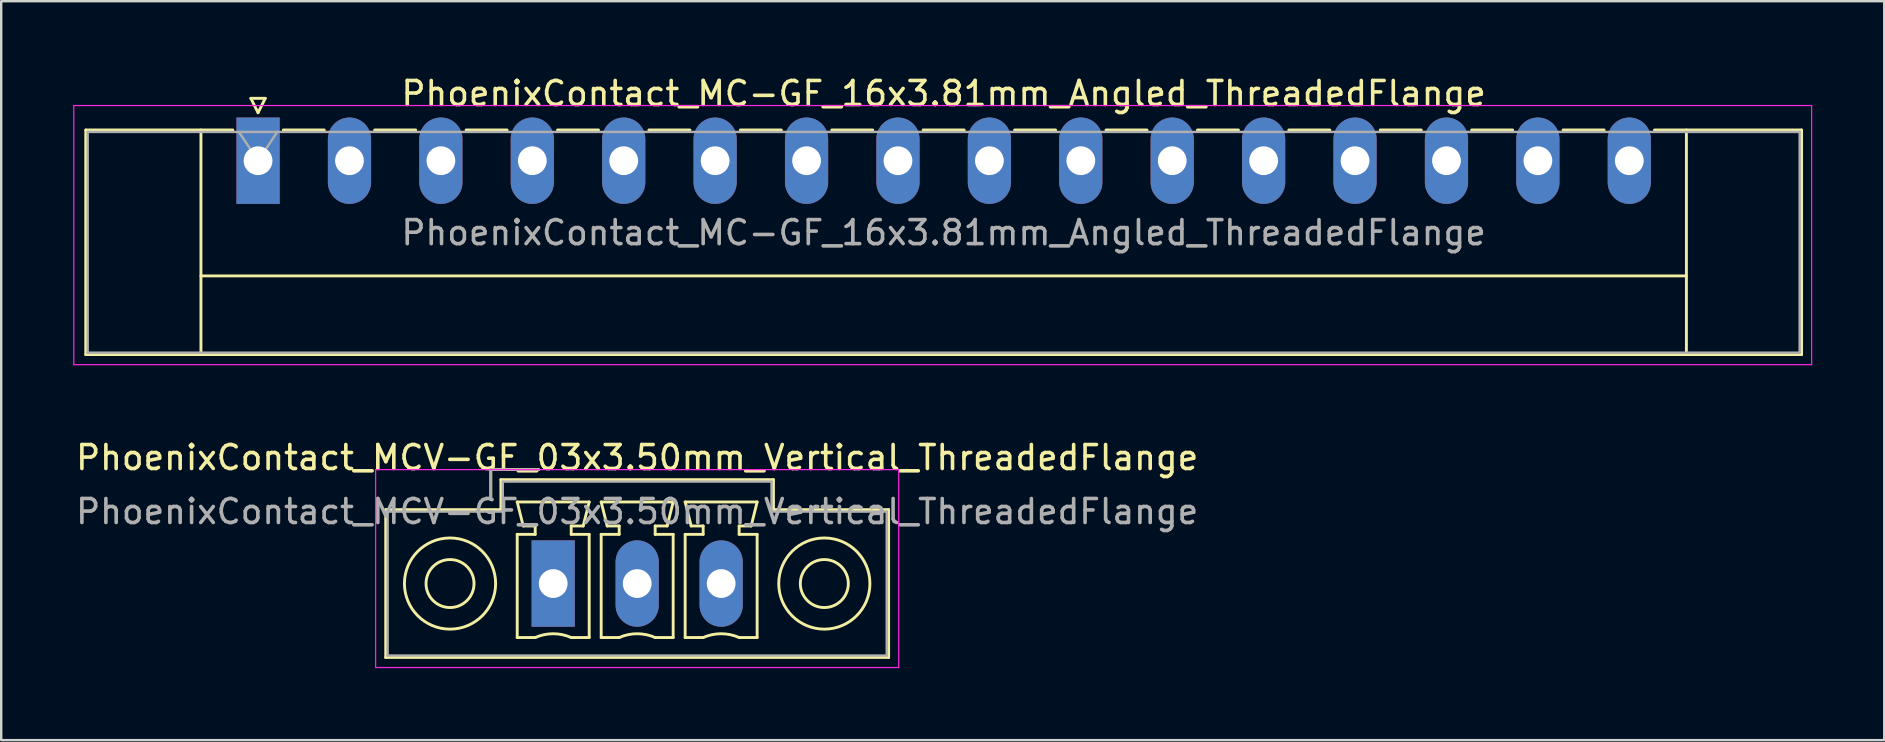
<source format=kicad_pcb>
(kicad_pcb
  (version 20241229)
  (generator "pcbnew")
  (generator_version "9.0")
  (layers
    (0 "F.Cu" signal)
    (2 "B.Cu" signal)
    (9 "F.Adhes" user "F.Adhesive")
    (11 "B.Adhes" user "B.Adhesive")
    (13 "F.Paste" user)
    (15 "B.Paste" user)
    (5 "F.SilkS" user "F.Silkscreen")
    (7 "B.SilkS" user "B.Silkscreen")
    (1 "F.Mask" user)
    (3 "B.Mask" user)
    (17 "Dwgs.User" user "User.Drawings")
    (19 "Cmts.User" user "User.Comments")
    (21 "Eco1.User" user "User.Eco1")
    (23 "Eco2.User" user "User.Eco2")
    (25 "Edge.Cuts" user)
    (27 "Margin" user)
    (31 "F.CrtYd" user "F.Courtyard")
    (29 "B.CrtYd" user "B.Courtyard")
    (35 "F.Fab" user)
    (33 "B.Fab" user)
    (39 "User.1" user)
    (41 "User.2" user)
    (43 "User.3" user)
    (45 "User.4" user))
  (footprint "PhoenixContact_MC-GF_16x3.81mm_Angled_ThreadedFlange"
    (layer "F.Cu")
    (at 7.705 3.648)
    (property "Reference" "PhoenixContact_MC-GF_16x3.81mm_Angled_ThreadedFlange" (at 28.575 -2.8 0) (layer "F.SilkS") (effects (font (size 1 1) (thickness 0.15))))
    (attr through_hole)
    (fp_line (start -7.18 -1.28) (end -7.18 8.08) (stroke (width 0.12) (type solid)) (layer "F.SilkS"))
    (fp_line (start -7.18 -1.28) (end -1.05 -1.28) (stroke (width 0.12) (type solid)) (layer "F.SilkS"))
    (fp_line (start -7.18 8.08) (end 64.33 8.08) (stroke (width 0.12) (type solid)) (layer "F.SilkS"))
    (fp_line (start -2.38 -1.28) (end -2.38 8.08) (stroke (width 0.12) (type solid)) (layer "F.SilkS"))
    (fp_line (start -2.38 4.8) (end 59.53 4.8) (stroke (width 0.12) (type solid)) (layer "F.SilkS"))
    (fp_line (start -0.3 -2.6) (end 0.3 -2.6) (stroke (width 0.12) (type solid)) (layer "F.SilkS"))
    (fp_line (start 0 -2) (end -0.3 -2.6) (stroke (width 0.12) (type solid)) (layer "F.SilkS"))
    (fp_line (start 0.3 -2.6) (end 0 -2) (stroke (width 0.12) (type solid)) (layer "F.SilkS"))
    (fp_line (start 1.05 -1.28) (end 2.76 -1.28) (stroke (width 0.12) (type solid)) (layer "F.SilkS"))
    (fp_line (start 4.86 -1.28) (end 6.57 -1.28) (stroke (width 0.12) (type solid)) (layer "F.SilkS"))
    (fp_line (start 8.67 -1.28) (end 10.38 -1.28) (stroke (width 0.12) (type solid)) (layer "F.SilkS"))
    (fp_line (start 12.48 -1.28) (end 14.19 -1.28) (stroke (width 0.12) (type solid)) (layer "F.SilkS"))
    (fp_line (start 16.29 -1.28) (end 18 -1.28) (stroke (width 0.12) (type solid)) (layer "F.SilkS"))
    (fp_line (start 20.1 -1.28) (end 21.81 -1.28) (stroke (width 0.12) (type solid)) (layer "F.SilkS"))
    (fp_line (start 23.91 -1.28) (end 25.62 -1.28) (stroke (width 0.12) (type solid)) (layer "F.SilkS"))
    (fp_line (start 27.72 -1.28) (end 29.43 -1.28) (stroke (width 0.12) (type solid)) (layer "F.SilkS"))
    (fp_line (start 31.53 -1.28) (end 33.24 -1.28) (stroke (width 0.12) (type solid)) (layer "F.SilkS"))
    (fp_line (start 35.34 -1.28) (end 37.05 -1.28) (stroke (width 0.12) (type solid)) (layer "F.SilkS"))
    (fp_line (start 39.15 -1.28) (end 40.86 -1.28) (stroke (width 0.12) (type solid)) (layer "F.SilkS"))
    (fp_line (start 42.96 -1.28) (end 44.67 -1.28) (stroke (width 0.12) (type solid)) (layer "F.SilkS"))
    (fp_line (start 46.77 -1.28) (end 48.48 -1.28) (stroke (width 0.12) (type solid)) (layer "F.SilkS"))
    (fp_line (start 50.58 -1.28) (end 52.29 -1.28) (stroke (width 0.12) (type solid)) (layer "F.SilkS"))
    (fp_line (start 54.39 -1.28) (end 56.1 -1.28) (stroke (width 0.12) (type solid)) (layer "F.SilkS"))
    (fp_line (start 59.53 -1.28) (end 59.53 8.08) (stroke (width 0.12) (type solid)) (layer "F.SilkS"))
    (fp_line (start 64.33 -1.28) (end 58.2 -1.28) (stroke (width 0.12) (type solid)) (layer "F.SilkS"))
    (fp_line (start 64.33 8.08) (end 64.33 -1.28) (stroke (width 0.12) (type solid)) (layer "F.SilkS"))
    (fp_line (start -7.68 -2.3) (end -7.68 8.5) (stroke (width 0.05) (type solid)) (layer "F.CrtYd"))
    (fp_line (start -7.68 8.5) (end 64.75 8.5) (stroke (width 0.05) (type solid)) (layer "F.CrtYd"))
    (fp_line (start 64.75 -2.3) (end -7.68 -2.3) (stroke (width 0.05) (type solid)) (layer "F.CrtYd"))
    (fp_line (start 64.75 8.5) (end 64.75 -2.3) (stroke (width 0.05) (type solid)) (layer "F.CrtYd"))
    (fp_line (start -7.1 -1.2) (end -7.1 8) (stroke (width 0.1) (type solid)) (layer "F.Fab"))
    (fp_line (start -7.1 8) (end 64.25 8) (stroke (width 0.1) (type solid)) (layer "F.Fab"))
    (fp_line (start 0 0) (end -0.8 -1.2) (stroke (width 0.1) (type solid)) (layer "F.Fab"))
    (fp_line (start 0.8 -1.2) (end 0 0) (stroke (width 0.1) (type solid)) (layer "F.Fab"))
    (fp_line (start 64.25 -1.2) (end -7.1 -1.2) (stroke (width 0.1) (type solid)) (layer "F.Fab"))
    (fp_line (start 64.25 8) (end 64.25 -1.2) (stroke (width 0.1) (type solid)) (layer "F.Fab"))
    (fp_text user "${REFERENCE}" (at 28.575 3 0) (layer "F.Fab") (effects (font (size 1 1) (thickness 0.15))))
    (pad "1" thru_hole rect (at 0 0) (size 1.8 3.6) (drill 1.2) (layers "*.Cu" "*.Mask"))
    (pad "2" thru_hole oval (at 3.81 0) (size 1.8 3.6) (drill 1.2) (layers "*.Cu" "*.Mask"))
    (pad "3" thru_hole oval (at 7.62 0) (size 1.8 3.6) (drill 1.2) (layers "*.Cu" "*.Mask"))
    (pad "4" thru_hole oval (at 11.43 0) (size 1.8 3.6) (drill 1.2) (layers "*.Cu" "*.Mask"))
    (pad "5" thru_hole oval (at 15.24 0) (size 1.8 3.6) (drill 1.2) (layers "*.Cu" "*.Mask"))
    (pad "6" thru_hole oval (at 19.05 0) (size 1.8 3.6) (drill 1.2) (layers "*.Cu" "*.Mask"))
    (pad "7" thru_hole oval (at 22.86 0) (size 1.8 3.6) (drill 1.2) (layers "*.Cu" "*.Mask"))
    (pad "8" thru_hole oval (at 26.67 0) (size 1.8 3.6) (drill 1.2) (layers "*.Cu" "*.Mask"))
    (pad "9" thru_hole oval (at 30.48 0) (size 1.8 3.6) (drill 1.2) (layers "*.Cu" "*.Mask"))
    (pad "10" thru_hole oval (at 34.29 0) (size 1.8 3.6) (drill 1.2) (layers "*.Cu" "*.Mask"))
    (pad "11" thru_hole oval (at 38.1 0) (size 1.8 3.6) (drill 1.2) (layers "*.Cu" "*.Mask"))
    (pad "12" thru_hole oval (at 41.91 0) (size 1.8 3.6) (drill 1.2) (layers "*.Cu" "*.Mask"))
    (pad "13" thru_hole oval (at 45.72 0) (size 1.8 3.6) (drill 1.2) (layers "*.Cu" "*.Mask"))
    (pad "14" thru_hole oval (at 49.53 0) (size 1.8 3.6) (drill 1.2) (layers "*.Cu" "*.Mask"))
    (pad "15" thru_hole oval (at 53.34 0) (size 1.8 3.6) (drill 1.2) (layers "*.Cu" "*.Mask"))
    (pad "16" thru_hole oval (at 57.15 0) (size 1.8 3.6) (drill 1.2) (layers "*.Cu" "*.Mask")))
  (footprint "PhoenixContact_MCV-GF_03x3.50mm_Vertical_ThreadedFlange"
    (layer "F.Cu")
    (at 20.006 21.271)
    (property "Reference" "PhoenixContact_MCV-GF_03x3.50mm_Vertical_ThreadedFlange" (at 3.5 -5.25 0) (layer "F.SilkS") (effects (font (size 1 1) (thickness 0.15))))
    (attr through_hole)
    (fp_line (start -6.98 -3.08) (end -6.98 3.08) (stroke (width 0.12) (type solid)) (layer "F.SilkS"))
    (fp_line (start -6.98 3.08) (end 13.98 3.08) (stroke (width 0.12) (type solid)) (layer "F.SilkS"))
    (fp_line (start -2.6 -4.75) (end -0.6 -4.75) (stroke (width 0.12) (type solid)) (layer "F.SilkS"))
    (fp_line (start -2.6 -3.5) (end -2.6 -4.75) (stroke (width 0.12) (type solid)) (layer "F.SilkS"))
    (fp_line (start -2.18 -4.33) (end -2.18 -3.08) (stroke (width 0.12) (type solid)) (layer "F.SilkS"))
    (fp_line (start -2.18 -3.08) (end -6.98 -3.08) (stroke (width 0.12) (type solid)) (layer "F.SilkS"))
    (fp_line (start -1.5 -3.4) (end 1.5 -3.4) (stroke (width 0.12) (type solid)) (layer "F.SilkS"))
    (fp_line (start -1.5 -2.05) (end -0.75 -2.05) (stroke (width 0.12) (type solid)) (layer "F.SilkS"))
    (fp_line (start -1.5 2.25) (end -1.5 -2.05) (stroke (width 0.12) (type solid)) (layer "F.SilkS"))
    (fp_line (start -1.25 -2.4) (end -1.5 -3.4) (stroke (width 0.12) (type solid)) (layer "F.SilkS"))
    (fp_line (start -0.75 -2.4) (end -1.25 -2.4) (stroke (width 0.12) (type solid)) (layer "F.SilkS"))
    (fp_line (start -0.75 -2.05) (end -0.75 -2.4) (stroke (width 0.12) (type solid)) (layer "F.SilkS"))
    (fp_line (start -0.75 2.25) (end -1.5 2.25) (stroke (width 0.12) (type solid)) (layer "F.SilkS"))
    (fp_line (start 0.75 -2.4) (end 0.75 -2.05) (stroke (width 0.12) (type solid)) (layer "F.SilkS"))
    (fp_line (start 0.75 -2.05) (end 1.5 -2.05) (stroke (width 0.12) (type solid)) (layer "F.SilkS"))
    (fp_line (start 1.25 -2.4) (end 0.75 -2.4) (stroke (width 0.12) (type solid)) (layer "F.SilkS"))
    (fp_line (start 1.5 -3.4) (end 1.25 -2.4) (stroke (width 0.12) (type solid)) (layer "F.SilkS"))
    (fp_line (start 1.5 -2.05) (end 1.5 2.25) (stroke (width 0.12) (type solid)) (layer "F.SilkS"))
    (fp_line (start 1.5 2.25) (end 0.75 2.25) (stroke (width 0.12) (type solid)) (layer "F.SilkS"))
    (fp_line (start 2 -3.4) (end 5 -3.4) (stroke (width 0.12) (type solid)) (layer "F.SilkS"))
    (fp_line (start 2 -2.05) (end 2.75 -2.05) (stroke (width 0.12) (type solid)) (layer "F.SilkS"))
    (fp_line (start 2 2.25) (end 2 -2.05) (stroke (width 0.12) (type solid)) (layer "F.SilkS"))
    (fp_line (start 2.25 -2.4) (end 2 -3.4) (stroke (width 0.12) (type solid)) (layer "F.SilkS"))
    (fp_line (start 2.75 -2.4) (end 2.25 -2.4) (stroke (width 0.12) (type solid)) (layer "F.SilkS"))
    (fp_line (start 2.75 -2.05) (end 2.75 -2.4) (stroke (width 0.12) (type solid)) (layer "F.SilkS"))
    (fp_line (start 2.75 2.25) (end 2 2.25) (stroke (width 0.12) (type solid)) (layer "F.SilkS"))
    (fp_line (start 4.25 -2.4) (end 4.25 -2.05) (stroke (width 0.12) (type solid)) (layer "F.SilkS"))
    (fp_line (start 4.25 -2.05) (end 5 -2.05) (stroke (width 0.12) (type solid)) (layer "F.SilkS"))
    (fp_line (start 4.75 -2.4) (end 4.25 -2.4) (stroke (width 0.12) (type solid)) (layer "F.SilkS"))
    (fp_line (start 5 -3.4) (end 4.75 -2.4) (stroke (width 0.12) (type solid)) (layer "F.SilkS"))
    (fp_line (start 5 -2.05) (end 5 2.25) (stroke (width 0.12) (type solid)) (layer "F.SilkS"))
    (fp_line (start 5 2.25) (end 4.25 2.25) (stroke (width 0.12) (type solid)) (layer "F.SilkS"))
    (fp_line (start 5.5 -3.4) (end 8.5 -3.4) (stroke (width 0.12) (type solid)) (layer "F.SilkS"))
    (fp_line (start 5.5 -2.05) (end 6.25 -2.05) (stroke (width 0.12) (type solid)) (layer "F.SilkS"))
    (fp_line (start 5.5 2.25) (end 5.5 -2.05) (stroke (width 0.12) (type solid)) (layer "F.SilkS"))
    (fp_line (start 5.75 -2.4) (end 5.5 -3.4) (stroke (width 0.12) (type solid)) (layer "F.SilkS"))
    (fp_line (start 6.25 -2.4) (end 5.75 -2.4) (stroke (width 0.12) (type solid)) (layer "F.SilkS"))
    (fp_line (start 6.25 -2.05) (end 6.25 -2.4) (stroke (width 0.12) (type solid)) (layer "F.SilkS"))
    (fp_line (start 6.25 2.25) (end 5.5 2.25) (stroke (width 0.12) (type solid)) (layer "F.SilkS"))
    (fp_line (start 7.75 -2.4) (end 7.75 -2.05) (stroke (width 0.12) (type solid)) (layer "F.SilkS"))
    (fp_line (start 7.75 -2.05) (end 8.5 -2.05) (stroke (width 0.12) (type solid)) (layer "F.SilkS"))
    (fp_line (start 8.25 -2.4) (end 7.75 -2.4) (stroke (width 0.12) (type solid)) (layer "F.SilkS"))
    (fp_line (start 8.5 -3.4) (end 8.25 -2.4) (stroke (width 0.12) (type solid)) (layer "F.SilkS"))
    (fp_line (start 8.5 -2.05) (end 8.5 2.25) (stroke (width 0.12) (type solid)) (layer "F.SilkS"))
    (fp_line (start 8.5 2.25) (end 7.75 2.25) (stroke (width 0.12) (type solid)) (layer "F.SilkS"))
    (fp_line (start 9.18 -4.33) (end -2.18 -4.33) (stroke (width 0.12) (type solid)) (layer "F.SilkS"))
    (fp_line (start 9.18 -3.08) (end 9.18 -4.33) (stroke (width 0.12) (type solid)) (layer "F.SilkS"))
    (fp_line (start 13.98 -3.08) (end 9.18 -3.08) (stroke (width 0.12) (type solid)) (layer "F.SilkS"))
    (fp_line (start 13.98 3.08) (end 13.98 -3.08) (stroke (width 0.12) (type solid)) (layer "F.SilkS"))
    (fp_arc (start -0.75 2.25) (mid -0.000193 2.09191) (end 0.749647 2.249844) (stroke (width 0.12) (type solid)) (layer "F.SilkS"))
    (fp_arc (start 2.75 2.25) (mid 3.499807 2.09191) (end 4.249647 2.249844) (stroke (width 0.12) (type solid)) (layer "F.SilkS"))
    (fp_arc (start 6.25 2.25) (mid 6.999807 2.09191) (end 7.749647 2.249844) (stroke (width 0.12) (type solid)) (layer "F.SilkS"))
    (fp_circle (center -4.3 0) (end -3.3 0) (stroke (width 0.12) (type solid)) (fill no) (layer "F.SilkS"))
    (fp_circle (center -4.3 0) (end -2.4 0) (stroke (width 0.12) (type solid)) (fill no) (layer "F.SilkS"))
    (fp_circle (center 11.3 0) (end 12.3 0) (stroke (width 0.12) (type solid)) (fill no) (layer "F.SilkS"))
    (fp_circle (center 11.3 0) (end 13.2 0) (stroke (width 0.12) (type solid)) (fill no) (layer "F.SilkS"))
    (fp_line (start -7.4 -4.75) (end -7.4 3.5) (stroke (width 0.05) (type solid)) (layer "F.CrtYd"))
    (fp_line (start -7.4 3.5) (end 14.4 3.5) (stroke (width 0.05) (type solid)) (layer "F.CrtYd"))
    (fp_line (start 14.4 -4.75) (end -7.4 -4.75) (stroke (width 0.05) (type solid)) (layer "F.CrtYd"))
    (fp_line (start 14.4 3.5) (end 14.4 -4.75) (stroke (width 0.05) (type solid)) (layer "F.CrtYd"))
    (fp_line (start -6.9 -3) (end -6.9 3) (stroke (width 0.1) (type solid)) (layer "F.Fab"))
    (fp_line (start -6.9 3) (end 13.9 3) (stroke (width 0.1) (type solid)) (layer "F.Fab"))
    (fp_line (start -2.6 -4.75) (end -0.6 -4.75) (stroke (width 0.1) (type solid)) (layer "F.Fab"))
    (fp_line (start -2.6 -3.5) (end -2.6 -4.75) (stroke (width 0.1) (type solid)) (layer "F.Fab"))
    (fp_line (start -2.1 -4.25) (end -2.1 -3) (stroke (width 0.1) (type solid)) (layer "F.Fab"))
    (fp_line (start -2.1 -3) (end -6.9 -3) (stroke (width 0.1) (type solid)) (layer "F.Fab"))
    (fp_line (start 9.1 -4.25) (end -2.1 -4.25) (stroke (width 0.1) (type solid)) (layer "F.Fab"))
    (fp_line (start 9.1 -3) (end 9.1 -4.25) (stroke (width 0.1) (type solid)) (layer "F.Fab"))
    (fp_line (start 13.9 -3) (end 9.1 -3) (stroke (width 0.1) (type solid)) (layer "F.Fab"))
    (fp_line (start 13.9 3) (end 13.9 -3) (stroke (width 0.1) (type solid)) (layer "F.Fab"))
    (fp_text user "${REFERENCE}" (at 3.5 -3 0) (layer "F.Fab") (effects (font (size 1 1) (thickness 0.15))))
    (pad "1" thru_hole rect (at 0 0) (size 1.8 3.6) (drill 1.2) (layers "*.Cu" "*.Mask"))
    (pad "2" thru_hole oval (at 3.5 0) (size 1.8 3.6) (drill 1.2) (layers "*.Cu" "*.Mask"))
    (pad "3" thru_hole oval (at 7 0) (size 1.8 3.6) (drill 1.2) (layers "*.Cu" "*.Mask")))
  (gr_rect
    (start -3 -3)
    (end 75.48 27.797)
    (stroke (width 0.1) (type default))
    (fill no)
    (layer "Edge.Cuts")))
</source>
